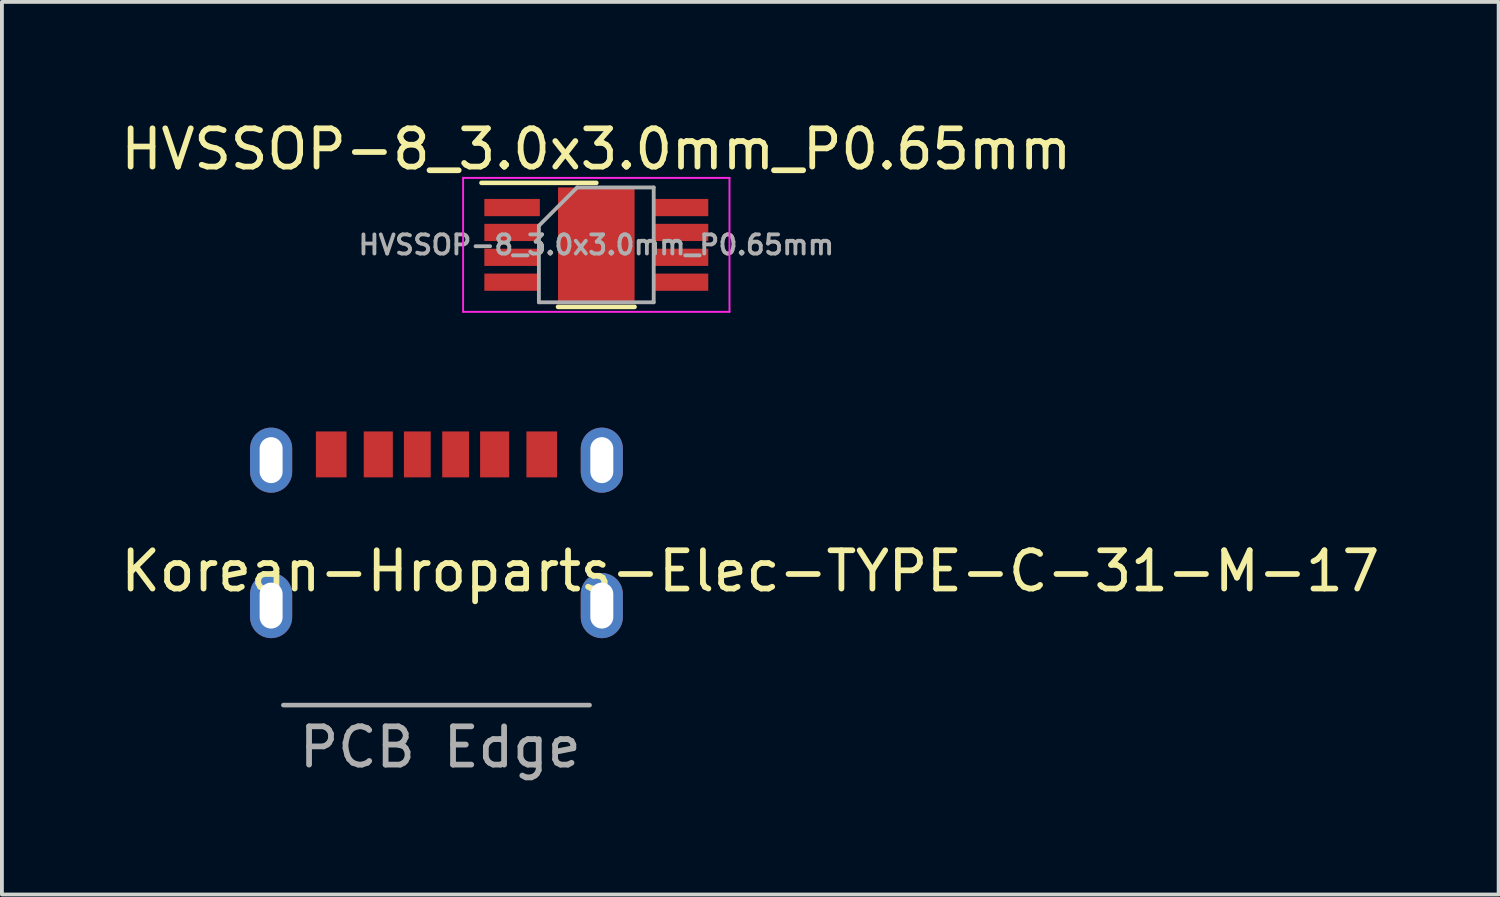
<source format=kicad_pcb>
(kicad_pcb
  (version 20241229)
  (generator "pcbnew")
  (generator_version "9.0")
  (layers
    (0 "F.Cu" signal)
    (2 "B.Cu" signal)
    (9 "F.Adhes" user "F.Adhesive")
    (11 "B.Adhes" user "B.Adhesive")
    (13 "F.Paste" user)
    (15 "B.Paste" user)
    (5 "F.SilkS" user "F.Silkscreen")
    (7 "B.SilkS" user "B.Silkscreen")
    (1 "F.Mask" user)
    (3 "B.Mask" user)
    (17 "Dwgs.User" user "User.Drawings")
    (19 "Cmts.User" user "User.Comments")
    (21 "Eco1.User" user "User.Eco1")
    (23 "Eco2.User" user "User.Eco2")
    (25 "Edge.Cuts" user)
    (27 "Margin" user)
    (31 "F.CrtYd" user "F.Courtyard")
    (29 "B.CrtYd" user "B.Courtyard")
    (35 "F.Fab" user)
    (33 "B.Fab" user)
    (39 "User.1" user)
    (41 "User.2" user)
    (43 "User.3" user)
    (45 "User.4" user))
  (footprint "Korean-Hroparts-Elec-TYPE-C-31-M-17"
    (layer "F.Cu")
    (at 8.354 8.973)
    (property "Reference" "Korean-Hroparts-Elec-TYPE-C-31-M-17" (at 8.2 2.9 180) (layer "F.SilkS") (effects (font (size 1 1) (thickness 0.15))))
    (attr through_hole)
    (fp_line (start -4 6.4) (end 4 6.4) (stroke (width 0.12) (type solid)) (layer "F.Fab"))
    (fp_text user "PCB Edge" (at 0.1 7.5 180) (layer "F.Fab") (effects (font (size 1 1) (thickness 0.15))))
    (pad "1" thru_hole oval (at -4.32 0) (size 1.1 1.7) (drill oval 0.6 1.2) (layers "*.Cu" "*.Mask"))
    (pad "1" thru_hole oval (at 4.32 0) (size 1.1 1.7) (drill oval 0.6 1.2) (layers "*.Cu" "*.Mask"))
    (pad "A5" smd rect (at -0.5 -0.15) (size 0.7 1.2) (layers "F.Cu" "F.Mask" "F.Paste"))
    (pad "A9" smd rect (at 1.52 -0.15) (size 0.76 1.2) (layers "F.Cu" "F.Mask" "F.Paste"))
    (pad "A12" smd rect (at 2.75 -0.15) (size 0.8 1.2) (layers "F.Cu" "F.Mask" "F.Paste"))
    (pad "B5" smd rect (at 0.5 -0.15) (size 0.7 1.2) (layers "F.Cu" "F.Mask" "F.Paste"))
    (pad "B9" smd rect (at -1.52 -0.15) (size 0.76 1.2) (layers "F.Cu" "F.Mask" "F.Paste"))
    (pad "B12" smd rect (at -2.75 -0.15) (size 0.8 1.2) (layers "F.Cu" "F.Mask" "F.Paste"))
    (pad "S1" thru_hole oval (at -4.32 3.8) (size 1.1 1.7) (drill oval 0.6 1.2) (layers "*.Cu" "*.Mask"))
    (pad "S1" thru_hole oval (at 4.32 3.8) (size 1.1 1.7) (drill oval 0.6 1.2) (layers "*.Cu" "*.Mask")))
  (footprint "HVSSOP-8_3.0x3.0mm_P0.65mm"
    (layer "F.Cu")
    (at 12.53 3.348)
    (property "Reference" "HVSSOP-8_3.0x3.0mm_P0.65mm" (at 0 -2.5 0) (layer "F.SilkS") (effects (font (size 1 1) (thickness 0.15))))
    (attr smd)
    (fp_line (start 0 -1.62) (end -3 -1.62) (stroke (width 0.12) (type solid)) (layer "F.SilkS"))
    (fp_line (start 1 1.62) (end -1 1.62) (stroke (width 0.12) (type solid)) (layer "F.SilkS"))
    (fp_line (start -3.48 -1.75) (end 3.48 -1.75) (stroke (width 0.05) (type solid)) (layer "F.CrtYd"))
    (fp_line (start -3.48 1.75) (end -3.48 -1.75) (stroke (width 0.05) (type solid)) (layer "F.CrtYd"))
    (fp_line (start 3.48 -1.75) (end 3.48 1.75) (stroke (width 0.05) (type solid)) (layer "F.CrtYd"))
    (fp_line (start 3.48 1.75) (end -3.48 1.75) (stroke (width 0.05) (type solid)) (layer "F.CrtYd"))
    (fp_line (start -1.5 1.5) (end -1.5 -0.5) (stroke (width 0.1) (type solid)) (layer "F.Fab"))
    (fp_line (start -0.5 -1.5) (end -1.5 -0.5) (stroke (width 0.1) (type solid)) (layer "F.Fab"))
    (fp_line (start -0.5 -1.5) (end 1.5 -1.5) (stroke (width 0.1) (type solid)) (layer "F.Fab"))
    (fp_line (start 1.5 -1.5) (end 1.5 1.5) (stroke (width 0.1) (type solid)) (layer "F.Fab"))
    (fp_line (start 1.5 1.5) (end -1.5 1.5) (stroke (width 0.1) (type solid)) (layer "F.Fab"))
    (fp_text user "${REFERENCE}" (at 0 0 0) (layer "F.Fab") (effects (font (size 0.5 0.5) (thickness 0.1))))
    (pad "" smd rect (at 0 0) (size 1.88 1.98) (layers "F.Mask" "F.Paste"))
    (pad "1" smd rect (at -2.2 -0.975 270) (size 0.45 1.45) (layers "F.Cu" "F.Mask" "F.Paste"))
    (pad "2" smd rect (at -2.2 -0.325 270) (size 0.45 1.45) (layers "F.Cu" "F.Mask" "F.Paste"))
    (pad "3" smd rect (at -2.2 0.325 270) (size 0.45 1.45) (layers "F.Cu" "F.Mask" "F.Paste"))
    (pad "4" smd rect (at -2.2 0.975 270) (size 0.45 1.45) (layers "F.Cu" "F.Mask" "F.Paste"))
    (pad "5" smd rect (at 2.2 0.975 270) (size 0.45 1.45) (layers "F.Cu" "F.Mask" "F.Paste"))
    (pad "6" smd rect (at 2.2 0.325 270) (size 0.45 1.45) (layers "F.Cu" "F.Mask" "F.Paste"))
    (pad "7" smd rect (at 2.2 -0.325 270) (size 0.45 1.45) (layers "F.Cu" "F.Mask" "F.Paste"))
    (pad "8" smd rect (at 2.2 -0.975 270) (size 0.45 1.45) (layers "F.Cu" "F.Mask" "F.Paste"))
    (pad "EP" smd rect (at 0 0) (size 2 3) (layers "F.Cu")))
  (gr_rect
    (start -3 -3)
    (end 36.107 20.322)
    (stroke (width 0.1) (type default))
    (fill no)
    (layer "Edge.Cuts")))
</source>
